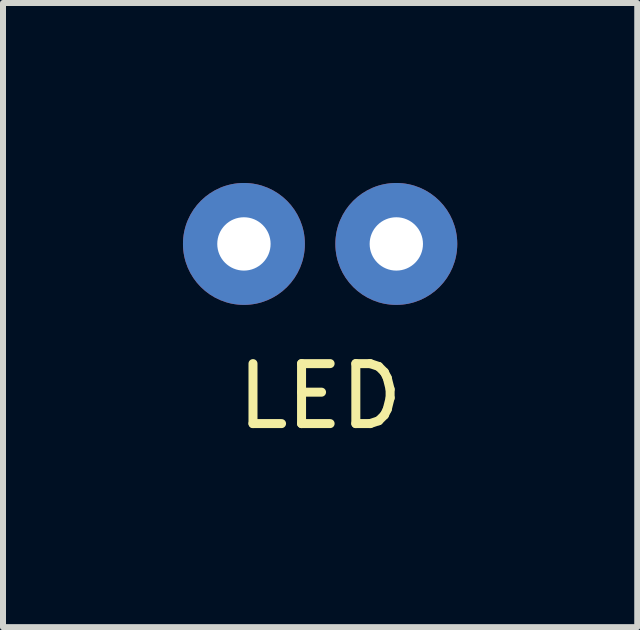
<source format=kicad_pcb>
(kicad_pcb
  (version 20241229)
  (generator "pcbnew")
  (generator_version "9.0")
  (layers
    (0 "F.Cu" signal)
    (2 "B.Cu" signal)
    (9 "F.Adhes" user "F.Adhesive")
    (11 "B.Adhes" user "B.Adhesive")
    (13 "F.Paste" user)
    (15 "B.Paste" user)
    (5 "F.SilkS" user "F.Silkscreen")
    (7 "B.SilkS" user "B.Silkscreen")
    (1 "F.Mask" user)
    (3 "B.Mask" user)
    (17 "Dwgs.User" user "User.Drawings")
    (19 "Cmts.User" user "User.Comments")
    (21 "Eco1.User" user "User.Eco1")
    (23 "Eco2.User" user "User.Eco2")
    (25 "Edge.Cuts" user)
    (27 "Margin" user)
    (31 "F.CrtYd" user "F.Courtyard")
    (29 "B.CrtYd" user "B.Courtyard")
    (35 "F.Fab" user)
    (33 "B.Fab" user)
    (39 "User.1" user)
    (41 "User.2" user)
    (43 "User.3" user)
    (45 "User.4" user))
  (footprint "LED"
    (layer "F.Cu")
    (at 1.016 1.016)
    (property "Reference" "LED" (at 1.27 2.54 0) (layer "F.SilkS") (effects (font (size 1 1) (thickness 0.15))))
    (attr through_hole)
    (pad "1" thru_hole circle (at 0 0) (size 2.032 2.032) (drill 0.889) (layers "*.Cu" "*.Mask"))
    (pad "2" thru_hole circle (at 2.54 0) (size 2.032 2.032) (drill 0.889) (layers "*.Cu" "*.Mask")))
  (gr_rect
    (start -3 -3)
    (end 7.572 7.404)
    (stroke (width 0.1) (type default))
    (fill no)
    (layer "Edge.Cuts")))
</source>
